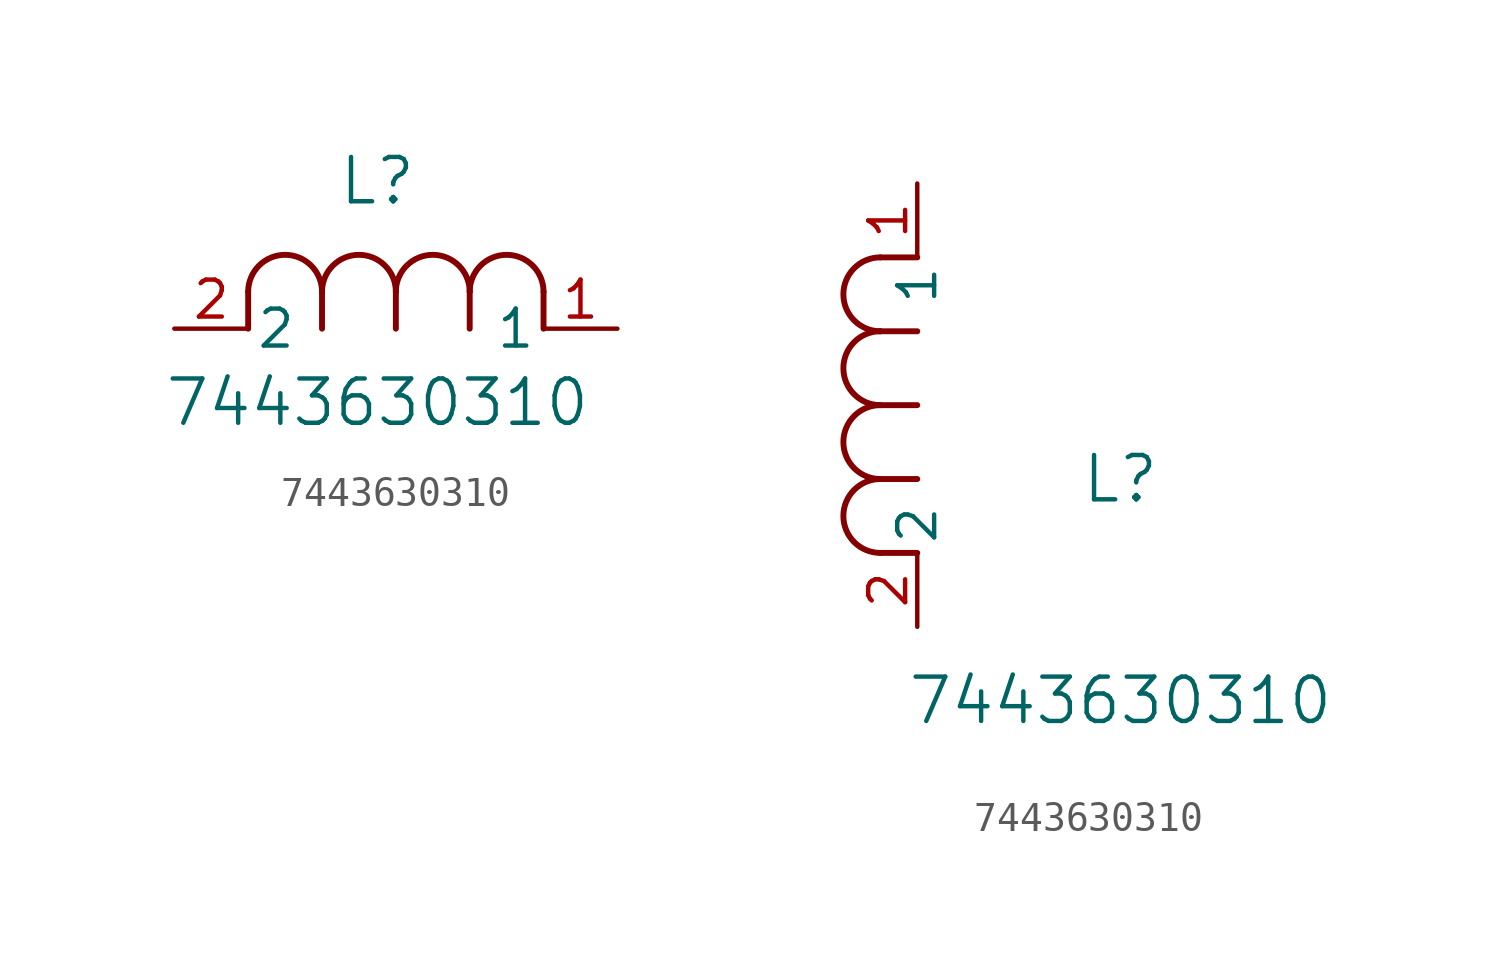
<source format=kicad_sym>
(kicad_symbol_lib
  (version 20211014)
  (generator kicad_symbol_editor)
  (symbol "7443630310"
    (pin_names
      (offset 0.254))
    (property "Reference" "L"
      (at 6.985 5.08 0)
      (effects (font (size 1.524 1.524))))
    (property "Value" "7443630310"
      (at 6.985 -2.54 0)
      (effects (font (size 1.524 1.524))))
    (symbol "7443630310_1_1"
      (arc (start 7.62 1.27) (mid 6.35 2.54) (end 5.08 1.27) (stroke (width 0.2032) (type default) (color 0 0 0 0)) (fill (type none)))
      (polyline (pts (xy 5.08 0) (xy 5.08 1.27)) (stroke (width 0.203) (type default) (color 0 0 0 0)) (fill (type none)))
      (polyline (pts (xy 7.62 0) (xy 7.62 1.27)) (stroke (width 0.203) (type default) (color 0 0 0 0)) (fill (type none)))
      (polyline (pts (xy 12.7 0) (xy 12.7 1.27)) (stroke (width 0.203) (type default) (color 0 0 0 0)) (fill (type none)))
      (arc (start 5.08 1.27) (mid 3.81 2.54) (end 2.54 1.27) (stroke (width 0.2032) (type default) (color 0 0 0 0)) (fill (type none)))
      (arc (start 10.16 1.27) (mid 8.89 2.54) (end 7.62 1.27) (stroke (width 0.2032) (type default) (color 0 0 0 0)) (fill (type none)))
      (arc (start 12.7 1.27) (mid 11.43 2.54) (end 10.16 1.27) (stroke (width 0.2032) (type default) (color 0 0 0 0)) (fill (type none)))
      (polyline (pts (xy 2.54 0) (xy 2.54 1.27)) (stroke (width 0.203) (type default) (color 0 0 0 0)) (fill (type none)))
      (polyline (pts (xy 10.16 0) (xy 10.16 1.27)) (stroke (width 0.203) (type default) (color 0 0 0 0)) (fill (type none)))
      (pin unspecified line (at 0 0 0) (length 2.54) (name "2" (effects (font (size 1.27 1.27)))) (number "2" (effects (font (size 1.27 1.27)))))
      (pin unspecified line (at 15.24 0 180) (length 2.54) (name "1" (effects (font (size 1.27 1.27)))) (number "1" (effects (font (size 1.27 1.27))))))
    (symbol "7443630310_1_2"
      (arc (start -1.27 7.62) (mid -2.54 6.35) (end -1.27 5.08) (stroke (width 0.2032) (type default) (color 0 0 0 0)) (fill (type none)))
      (arc (start -1.27 5.08) (mid -2.54 3.81) (end -1.27 2.54) (stroke (width 0.2032) (type default) (color 0 0 0 0)) (fill (type none)))
      (arc (start -1.27 12.7) (mid -2.54 11.43) (end -1.27 10.16) (stroke (width 0.2032) (type default) (color 0 0 0 0)) (fill (type none)))
      (arc (start -1.27 10.16) (mid -2.54 8.89) (end -1.27 7.62) (stroke (width 0.2032) (type default) (color 0 0 0 0)) (fill (type none)))
      (polyline (pts (xy 0 7.62) (xy -1.27 7.62)) (stroke (width 0.203) (type default) (color 0 0 0 0)) (fill (type none)))
      (polyline (pts (xy 0 5.08) (xy -1.27 5.08)) (stroke (width 0.203) (type default) (color 0 0 0 0)) (fill (type none)))
      (polyline (pts (xy 0 12.7) (xy -1.27 12.7)) (stroke (width 0.203) (type default) (color 0 0 0 0)) (fill (type none)))
      (polyline (pts (xy 0 2.54) (xy -1.27 2.54)) (stroke (width 0.203) (type default) (color 0 0 0 0)) (fill (type none)))
      (polyline (pts (xy 0 10.16) (xy -1.27 10.16)) (stroke (width 0.203) (type default) (color 0 0 0 0)) (fill (type none)))
      (pin unspecified line (at 0 0 90) (length 2.54) (name "2" (effects (font (size 1.27 1.27)))) (number "2" (effects (font (size 1.27 1.27)))))
      (pin unspecified line (at 0 15.24 270) (length 2.54) (name "1" (effects (font (size 1.27 1.27)))) (number "1" (effects (font (size 1.27 1.27))))))))
</source>
